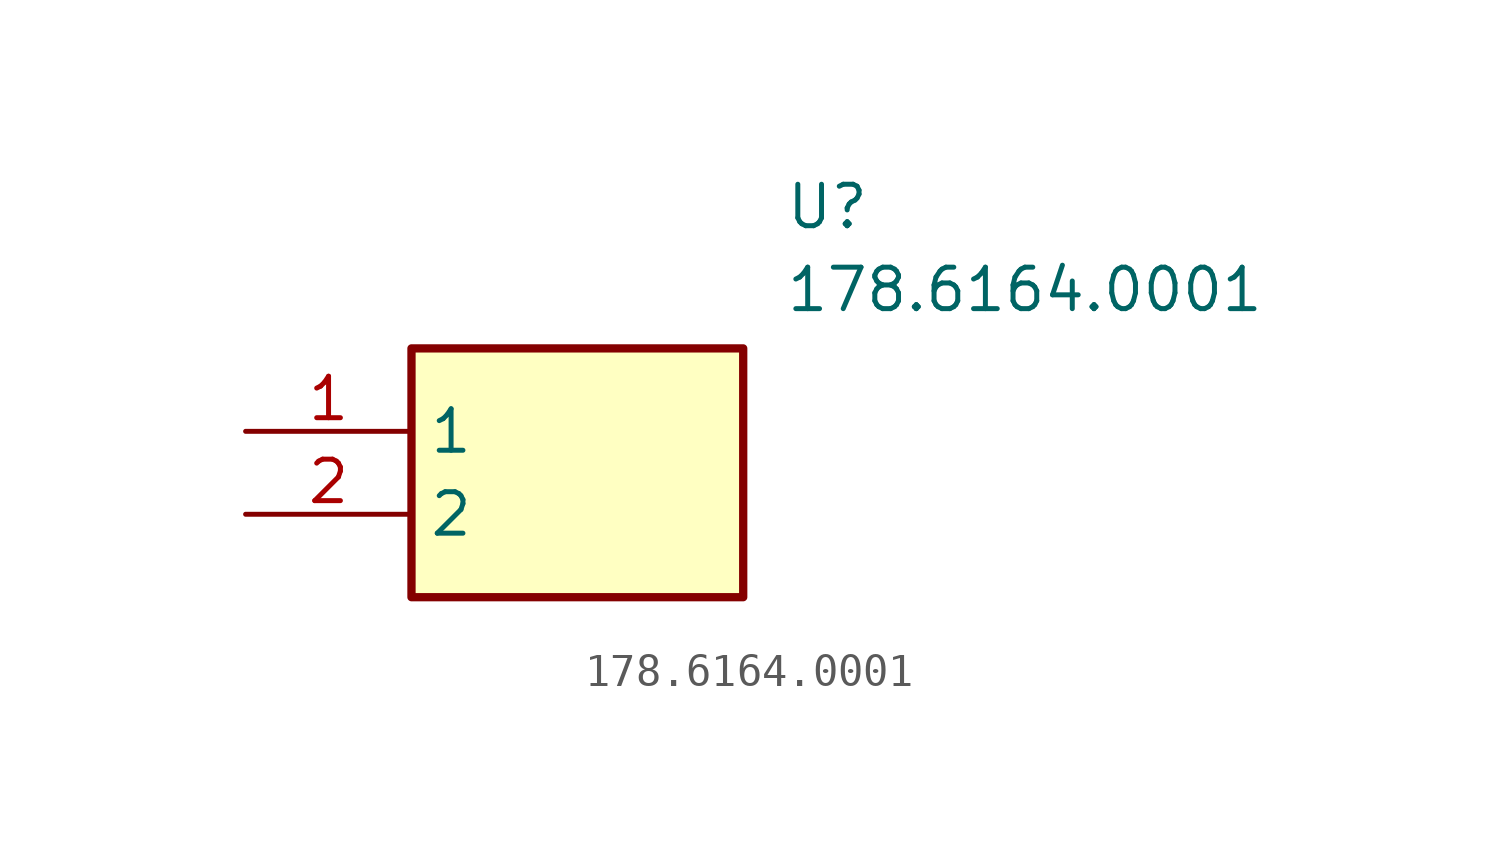
<source format=kicad_sym>
(kicad_symbol_lib
  (version 20211014)
  (generator SamacSys_ECAD_Model)
  (symbol "178.6164.0001"
    (property "Reference" "U"
      (at 16.51 7.62 0)
      (effects (font (size 1.27 1.27)) (justify left top)))
    (property "Value" "178.6164.0001"
      (at 16.51 5.08 0)
      (effects (font (size 1.27 1.27)) (justify left top)))
    (rectangle
      (start 5.08 2.54)
      (end 15.24 -5.08)
      (stroke (width 0.254) (type default))
      (fill (type background)))
    (pin passive line
      (at 0 0 0)
      (length 5.08)
      (name "1" (effects (font (size 1.27 1.27))))
      (number "1" (effects (font (size 1.27 1.27)))))
    (pin passive line
      (at 0 -2.54 0)
      (length 5.08)
      (name "2" (effects (font (size 1.27 1.27))))
      (number "2" (effects (font (size 1.27 1.27)))))))
</source>
